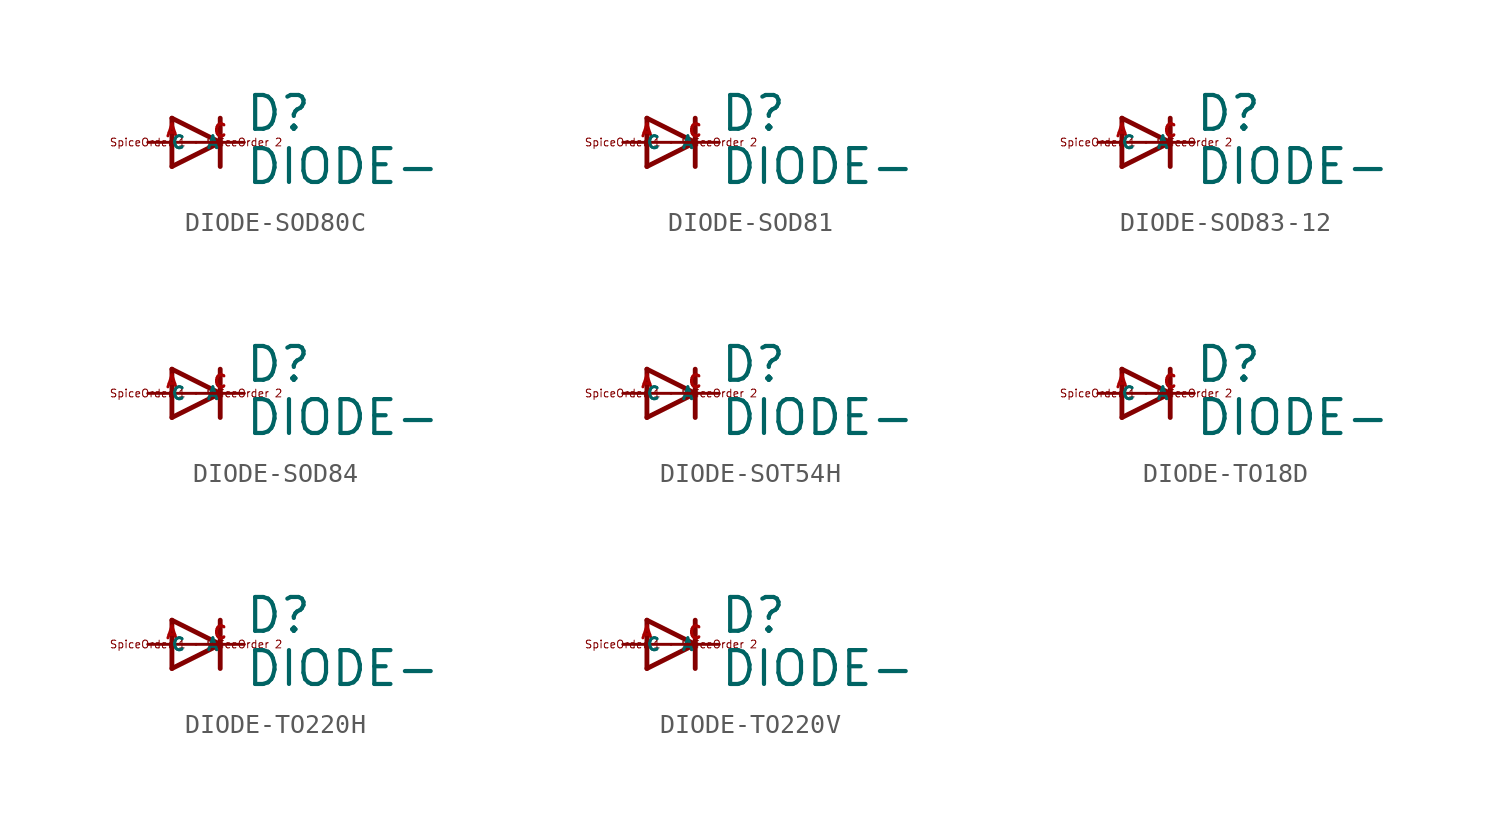
<source format=kicad_sym>
(kicad_symbol_lib
  (version 20220914)
  (generator Eagle2Kicad)
  (symbol "DIODE-SOD80C"
    (property "Reference" "D"
      (at 2.54 0.483 0)
      (effects (font (size 1.778 1.778) (thickness 0.22)) (justify left bottom)))
    (property "Value" "DIODE-"
      (at 2.54 -2.311 0)
      (effects (font (size 1.778 1.778) (thickness 0.22)) (justify left bottom)))
    (polyline
      (pts (xy -1.27 -1.27) (xy 1.27 0))
      (stroke (width 0.254) (type default))
      (fill (type none)))
    (polyline
      (pts (xy 1.27 0) (xy -1.27 1.27))
      (stroke (width 0.254) (type default))
      (fill (type none)))
    (polyline
      (pts (xy 1.27 1.27) (xy 1.27 0))
      (stroke (width 0.254) (type default))
      (fill (type none)))
    (polyline
      (pts (xy -1.27 1.27) (xy -1.27 -1.27))
      (stroke (width 0.254) (type default))
      (fill (type none)))
    (polyline
      (pts (xy 1.27 0) (xy 1.27 -1.27))
      (stroke (width 0.254) (type default))
      (fill (type none)))
    (text "SpiceOrder 1"
      (at -2.54 0 0)
      (effects (font (size 0.406 0.406) (thickness 0.05))))
    (text "SpiceOrder 2"
      (at 2.54 0 0)
      (effects (font (size 0.406 0.406) (thickness 0.05))))
    (pin passive line
      (at -2.54 0 0)
      (length 2.54)
      (name "A" (effects (font (size 0.635 0.635) (thickness 0.08)) (justify left bottom)))
      (number "A" (effects (font (size 0.635 0.635) (thickness 0.08)) (justify left bottom))))
    (pin passive line
      (at 2.54 0 180)
      (length 2.54)
      (name "C" (effects (font (size 0.635 0.635) (thickness 0.08)) (justify left bottom)))
      (number "C" (effects (font (size 0.635 0.635) (thickness 0.08)) (justify left bottom)))))
  (symbol "DIODE-SOD81"
    (property "Reference" "D"
      (at 2.54 0.483 0)
      (effects (font (size 1.778 1.778) (thickness 0.22)) (justify left bottom)))
    (property "Value" "DIODE-"
      (at 2.54 -2.311 0)
      (effects (font (size 1.778 1.778) (thickness 0.22)) (justify left bottom)))
    (polyline
      (pts (xy -1.27 -1.27) (xy 1.27 0))
      (stroke (width 0.254) (type default))
      (fill (type none)))
    (polyline
      (pts (xy 1.27 0) (xy -1.27 1.27))
      (stroke (width 0.254) (type default))
      (fill (type none)))
    (polyline
      (pts (xy 1.27 1.27) (xy 1.27 0))
      (stroke (width 0.254) (type default))
      (fill (type none)))
    (polyline
      (pts (xy -1.27 1.27) (xy -1.27 -1.27))
      (stroke (width 0.254) (type default))
      (fill (type none)))
    (polyline
      (pts (xy 1.27 0) (xy 1.27 -1.27))
      (stroke (width 0.254) (type default))
      (fill (type none)))
    (text "SpiceOrder 1"
      (at -2.54 0 0)
      (effects (font (size 0.406 0.406) (thickness 0.05))))
    (text "SpiceOrder 2"
      (at 2.54 0 0)
      (effects (font (size 0.406 0.406) (thickness 0.05))))
    (pin passive line
      (at -2.54 0 0)
      (length 2.54)
      (name "A" (effects (font (size 0.635 0.635) (thickness 0.08)) (justify left bottom)))
      (number "A" (effects (font (size 0.635 0.635) (thickness 0.08)) (justify left bottom))))
    (pin passive line
      (at 2.54 0 180)
      (length 2.54)
      (name "C" (effects (font (size 0.635 0.635) (thickness 0.08)) (justify left bottom)))
      (number "C" (effects (font (size 0.635 0.635) (thickness 0.08)) (justify left bottom)))))
  (symbol "DIODE-SOD83-12"
    (property "Reference" "D"
      (at 2.54 0.483 0)
      (effects (font (size 1.778 1.778) (thickness 0.22)) (justify left bottom)))
    (property "Value" "DIODE-"
      (at 2.54 -2.311 0)
      (effects (font (size 1.778 1.778) (thickness 0.22)) (justify left bottom)))
    (polyline
      (pts (xy -1.27 -1.27) (xy 1.27 0))
      (stroke (width 0.254) (type default))
      (fill (type none)))
    (polyline
      (pts (xy 1.27 0) (xy -1.27 1.27))
      (stroke (width 0.254) (type default))
      (fill (type none)))
    (polyline
      (pts (xy 1.27 1.27) (xy 1.27 0))
      (stroke (width 0.254) (type default))
      (fill (type none)))
    (polyline
      (pts (xy -1.27 1.27) (xy -1.27 -1.27))
      (stroke (width 0.254) (type default))
      (fill (type none)))
    (polyline
      (pts (xy 1.27 0) (xy 1.27 -1.27))
      (stroke (width 0.254) (type default))
      (fill (type none)))
    (text "SpiceOrder 1"
      (at -2.54 0 0)
      (effects (font (size 0.406 0.406) (thickness 0.05))))
    (text "SpiceOrder 2"
      (at 2.54 0 0)
      (effects (font (size 0.406 0.406) (thickness 0.05))))
    (pin passive line
      (at -2.54 0 0)
      (length 2.54)
      (name "A" (effects (font (size 0.635 0.635) (thickness 0.08)) (justify left bottom)))
      (number "A" (effects (font (size 0.635 0.635) (thickness 0.08)) (justify left bottom))))
    (pin passive line
      (at 2.54 0 180)
      (length 2.54)
      (name "C" (effects (font (size 0.635 0.635) (thickness 0.08)) (justify left bottom)))
      (number "C" (effects (font (size 0.635 0.635) (thickness 0.08)) (justify left bottom)))))
  (symbol "DIODE-SOD84"
    (property "Reference" "D"
      (at 2.54 0.483 0)
      (effects (font (size 1.778 1.778) (thickness 0.22)) (justify left bottom)))
    (property "Value" "DIODE-"
      (at 2.54 -2.311 0)
      (effects (font (size 1.778 1.778) (thickness 0.22)) (justify left bottom)))
    (polyline
      (pts (xy -1.27 -1.27) (xy 1.27 0))
      (stroke (width 0.254) (type default))
      (fill (type none)))
    (polyline
      (pts (xy 1.27 0) (xy -1.27 1.27))
      (stroke (width 0.254) (type default))
      (fill (type none)))
    (polyline
      (pts (xy 1.27 1.27) (xy 1.27 0))
      (stroke (width 0.254) (type default))
      (fill (type none)))
    (polyline
      (pts (xy -1.27 1.27) (xy -1.27 -1.27))
      (stroke (width 0.254) (type default))
      (fill (type none)))
    (polyline
      (pts (xy 1.27 0) (xy 1.27 -1.27))
      (stroke (width 0.254) (type default))
      (fill (type none)))
    (text "SpiceOrder 1"
      (at -2.54 0 0)
      (effects (font (size 0.406 0.406) (thickness 0.05))))
    (text "SpiceOrder 2"
      (at 2.54 0 0)
      (effects (font (size 0.406 0.406) (thickness 0.05))))
    (pin passive line
      (at -2.54 0 0)
      (length 2.54)
      (name "A" (effects (font (size 0.635 0.635) (thickness 0.08)) (justify left bottom)))
      (number "A" (effects (font (size 0.635 0.635) (thickness 0.08)) (justify left bottom))))
    (pin passive line
      (at 2.54 0 180)
      (length 2.54)
      (name "C" (effects (font (size 0.635 0.635) (thickness 0.08)) (justify left bottom)))
      (number "C" (effects (font (size 0.635 0.635) (thickness 0.08)) (justify left bottom)))))
  (symbol "DIODE-SOT54H"
    (property "Reference" "D"
      (at 2.54 0.483 0)
      (effects (font (size 1.778 1.778) (thickness 0.22)) (justify left bottom)))
    (property "Value" "DIODE-"
      (at 2.54 -2.311 0)
      (effects (font (size 1.778 1.778) (thickness 0.22)) (justify left bottom)))
    (polyline
      (pts (xy -1.27 -1.27) (xy 1.27 0))
      (stroke (width 0.254) (type default))
      (fill (type none)))
    (polyline
      (pts (xy 1.27 0) (xy -1.27 1.27))
      (stroke (width 0.254) (type default))
      (fill (type none)))
    (polyline
      (pts (xy 1.27 1.27) (xy 1.27 0))
      (stroke (width 0.254) (type default))
      (fill (type none)))
    (polyline
      (pts (xy -1.27 1.27) (xy -1.27 -1.27))
      (stroke (width 0.254) (type default))
      (fill (type none)))
    (polyline
      (pts (xy 1.27 0) (xy 1.27 -1.27))
      (stroke (width 0.254) (type default))
      (fill (type none)))
    (text "SpiceOrder 1"
      (at -2.54 0 0)
      (effects (font (size 0.406 0.406) (thickness 0.05))))
    (text "SpiceOrder 2"
      (at 2.54 0 0)
      (effects (font (size 0.406 0.406) (thickness 0.05))))
    (pin passive line
      (at -2.54 0 0)
      (length 2.54)
      (name "A" (effects (font (size 0.635 0.635) (thickness 0.08)) (justify left bottom)))
      (number "A" (effects (font (size 0.635 0.635) (thickness 0.08)) (justify left bottom))))
    (pin passive line
      (at 2.54 0 180)
      (length 2.54)
      (name "C" (effects (font (size 0.635 0.635) (thickness 0.08)) (justify left bottom)))
      (number "C" (effects (font (size 0.635 0.635) (thickness 0.08)) (justify left bottom)))))
  (symbol "DIODE-TO18D"
    (property "Reference" "D"
      (at 2.54 0.483 0)
      (effects (font (size 1.778 1.778) (thickness 0.22)) (justify left bottom)))
    (property "Value" "DIODE-"
      (at 2.54 -2.311 0)
      (effects (font (size 1.778 1.778) (thickness 0.22)) (justify left bottom)))
    (polyline
      (pts (xy -1.27 -1.27) (xy 1.27 0))
      (stroke (width 0.254) (type default))
      (fill (type none)))
    (polyline
      (pts (xy 1.27 0) (xy -1.27 1.27))
      (stroke (width 0.254) (type default))
      (fill (type none)))
    (polyline
      (pts (xy 1.27 1.27) (xy 1.27 0))
      (stroke (width 0.254) (type default))
      (fill (type none)))
    (polyline
      (pts (xy -1.27 1.27) (xy -1.27 -1.27))
      (stroke (width 0.254) (type default))
      (fill (type none)))
    (polyline
      (pts (xy 1.27 0) (xy 1.27 -1.27))
      (stroke (width 0.254) (type default))
      (fill (type none)))
    (text "SpiceOrder 1"
      (at -2.54 0 0)
      (effects (font (size 0.406 0.406) (thickness 0.05))))
    (text "SpiceOrder 2"
      (at 2.54 0 0)
      (effects (font (size 0.406 0.406) (thickness 0.05))))
    (pin passive line
      (at -2.54 0 0)
      (length 2.54)
      (name "A" (effects (font (size 0.635 0.635) (thickness 0.08)) (justify left bottom)))
      (number "A" (effects (font (size 0.635 0.635) (thickness 0.08)) (justify left bottom))))
    (pin passive line
      (at 2.54 0 180)
      (length 2.54)
      (name "C" (effects (font (size 0.635 0.635) (thickness 0.08)) (justify left bottom)))
      (number "C" (effects (font (size 0.635 0.635) (thickness 0.08)) (justify left bottom)))))
  (symbol "DIODE-TO220H"
    (property "Reference" "D"
      (at 2.54 0.483 0)
      (effects (font (size 1.778 1.778) (thickness 0.22)) (justify left bottom)))
    (property "Value" "DIODE-"
      (at 2.54 -2.311 0)
      (effects (font (size 1.778 1.778) (thickness 0.22)) (justify left bottom)))
    (polyline
      (pts (xy -1.27 -1.27) (xy 1.27 0))
      (stroke (width 0.254) (type default))
      (fill (type none)))
    (polyline
      (pts (xy 1.27 0) (xy -1.27 1.27))
      (stroke (width 0.254) (type default))
      (fill (type none)))
    (polyline
      (pts (xy 1.27 1.27) (xy 1.27 0))
      (stroke (width 0.254) (type default))
      (fill (type none)))
    (polyline
      (pts (xy -1.27 1.27) (xy -1.27 -1.27))
      (stroke (width 0.254) (type default))
      (fill (type none)))
    (polyline
      (pts (xy 1.27 0) (xy 1.27 -1.27))
      (stroke (width 0.254) (type default))
      (fill (type none)))
    (text "SpiceOrder 1"
      (at -2.54 0 0)
      (effects (font (size 0.406 0.406) (thickness 0.05))))
    (text "SpiceOrder 2"
      (at 2.54 0 0)
      (effects (font (size 0.406 0.406) (thickness 0.05))))
    (pin passive line
      (at -2.54 0 0)
      (length 2.54)
      (name "A" (effects (font (size 0.635 0.635) (thickness 0.08)) (justify left bottom)))
      (number "A" (effects (font (size 0.635 0.635) (thickness 0.08)) (justify left bottom))))
    (pin passive line
      (at 2.54 0 180)
      (length 2.54)
      (name "C" (effects (font (size 0.635 0.635) (thickness 0.08)) (justify left bottom)))
      (number "C" (effects (font (size 0.635 0.635) (thickness 0.08)) (justify left bottom)))))
  (symbol "DIODE-TO220V"
    (property "Reference" "D"
      (at 2.54 0.483 0)
      (effects (font (size 1.778 1.778) (thickness 0.22)) (justify left bottom)))
    (property "Value" "DIODE-"
      (at 2.54 -2.311 0)
      (effects (font (size 1.778 1.778) (thickness 0.22)) (justify left bottom)))
    (polyline
      (pts (xy -1.27 -1.27) (xy 1.27 0))
      (stroke (width 0.254) (type default))
      (fill (type none)))
    (polyline
      (pts (xy 1.27 0) (xy -1.27 1.27))
      (stroke (width 0.254) (type default))
      (fill (type none)))
    (polyline
      (pts (xy 1.27 1.27) (xy 1.27 0))
      (stroke (width 0.254) (type default))
      (fill (type none)))
    (polyline
      (pts (xy -1.27 1.27) (xy -1.27 -1.27))
      (stroke (width 0.254) (type default))
      (fill (type none)))
    (polyline
      (pts (xy 1.27 0) (xy 1.27 -1.27))
      (stroke (width 0.254) (type default))
      (fill (type none)))
    (text "SpiceOrder 1"
      (at -2.54 0 0)
      (effects (font (size 0.406 0.406) (thickness 0.05))))
    (text "SpiceOrder 2"
      (at 2.54 0 0)
      (effects (font (size 0.406 0.406) (thickness 0.05))))
    (pin passive line
      (at -2.54 0 0)
      (length 2.54)
      (name "A" (effects (font (size 0.635 0.635) (thickness 0.08)) (justify left bottom)))
      (number "A" (effects (font (size 0.635 0.635) (thickness 0.08)) (justify left bottom))))
    (pin passive line
      (at 2.54 0 180)
      (length 2.54)
      (name "C" (effects (font (size 0.635 0.635) (thickness 0.08)) (justify left bottom)))
      (number "C" (effects (font (size 0.635 0.635) (thickness 0.08)) (justify left bottom))))))
</source>
